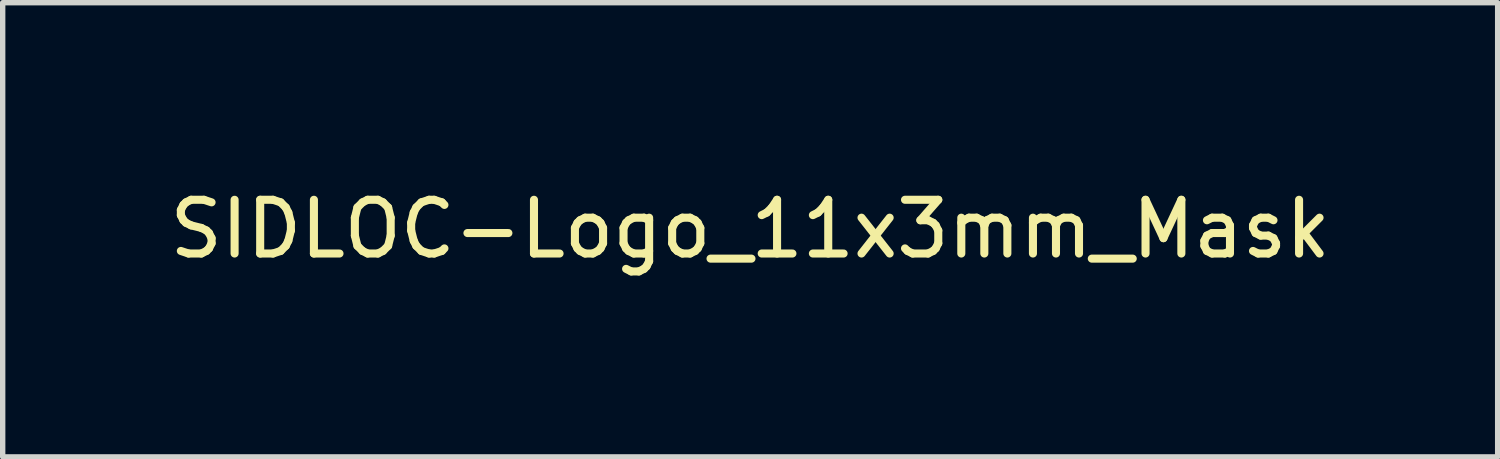
<source format=kicad_pcb>
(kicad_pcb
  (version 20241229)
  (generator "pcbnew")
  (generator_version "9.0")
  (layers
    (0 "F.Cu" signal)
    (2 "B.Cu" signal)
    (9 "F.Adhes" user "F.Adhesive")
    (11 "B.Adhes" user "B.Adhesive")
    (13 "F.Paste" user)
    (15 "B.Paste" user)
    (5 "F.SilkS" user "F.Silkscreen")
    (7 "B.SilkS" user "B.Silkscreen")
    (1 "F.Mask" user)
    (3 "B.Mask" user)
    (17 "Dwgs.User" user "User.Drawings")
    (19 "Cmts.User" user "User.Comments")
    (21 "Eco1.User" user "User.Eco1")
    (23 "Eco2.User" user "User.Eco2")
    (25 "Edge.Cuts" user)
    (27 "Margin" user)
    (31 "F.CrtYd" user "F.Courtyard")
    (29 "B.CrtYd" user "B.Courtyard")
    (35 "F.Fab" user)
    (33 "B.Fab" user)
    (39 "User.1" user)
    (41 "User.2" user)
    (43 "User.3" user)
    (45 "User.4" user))
  (footprint "SIDLOC-Logo_11x3mm_Mask"
    (layer "F.Cu")
    (at 10.911 1.213)
    (property "Reference" "SIDLOC-Logo_11x3mm_Mask" (at 0 0 0) (layer "F.SilkS") (effects (font (size 1 1) (thickness 0.15))))
    (attr board_only exclude_from_pos_files exclude_from_bom)
    (fp_poly (pts (xy 2.316 -0.242) (xy 2.535 -0.242) (xy 2.535 -0.152) (xy 2.316 -0.152) (xy 2.316 0.073) (xy 2.226 0.073) (xy 2.226 -0.152) (xy 2 -0.152) (xy 2 -0.242) (xy 2.226 -0.242) (xy 2.226 -0.468) (xy 2.316 -0.468)) (stroke (width 0) (type solid)) (fill yes) (layer "F.Mask"))
    (fp_poly (pts (xy 0.056 0.366) (xy 1.014 0.366) (xy 1.014 0.755) (xy 0.322 0.755) (xy 0.235 0.755) (xy 0.15 0.755) (xy 0.07 0.755) (xy -0.006 0.755) (xy -0.077 0.754) (xy -0.142 0.754) (xy -0.2 0.754) (xy -0.251 0.753) (xy -0.294 0.753) (xy -0.329 0.753) (xy -0.354 0.752) (xy -0.369 0.752) (xy -0.374 0.751) (xy -0.378 -1.178) (xy 0.056 -1.178)) (stroke (width 0) (type solid)) (fill yes) (layer "F.Mask"))
    (fp_poly (pts (xy -3.005 -0.213) (xy -3.006 0.752) (xy -3.218 0.754) (xy -3.265 0.754) (xy -3.31 0.754) (xy -3.349 0.754) (xy -3.382 0.753) (xy -3.408 0.753) (xy -3.426 0.752) (xy -3.433 0.751) (xy -3.433 0.751) (xy -3.434 0.745) (xy -3.434 0.729) (xy -3.434 0.702) (xy -3.435 0.666) (xy -3.435 0.62) (xy -3.435 0.567) (xy -3.436 0.505) (xy -3.436 0.437) (xy -3.436 0.362) (xy -3.436 0.28) (xy -3.437 0.194) (xy -3.437 0.102) (xy -3.437 0.006) (xy -3.437 -0.093) (xy -3.437 -0.196) (xy -3.437 -0.215) (xy -3.437 -1.178) (xy -3.003 -1.178)) (stroke (width 0) (type solid)) (fill yes) (layer "F.Mask"))
    (fp_poly (pts (xy 2.23 -0.994) (xy 2.228 -0.775) (xy 2.183 -0.768) (xy 2.115 -0.753) (xy 2.049 -0.729) (xy 1.987 -0.7) (xy 1.932 -0.665) (xy 1.929 -0.663) (xy 1.905 -0.643) (xy 1.877 -0.617) (xy 1.848 -0.588) (xy 1.822 -0.559) (xy 1.8 -0.533) (xy 1.792 -0.522) (xy 1.765 -0.477) (xy 1.741 -0.425) (xy 1.721 -0.37) (xy 1.706 -0.316) (xy 1.698 -0.269) (xy 1.694 -0.237) (xy 1.255 -0.237) (xy 1.258 -0.284) (xy 1.272 -0.383) (xy 1.295 -0.481) (xy 1.33 -0.578) (xy 1.353 -0.631) (xy 1.404 -0.726) (xy 1.464 -0.814) (xy 1.532 -0.894) (xy 1.608 -0.967) (xy 1.691 -1.031) (xy 1.781 -1.086) (xy 1.831 -1.112) (xy 1.929 -1.153) (xy 2.026 -1.183) (xy 2.124 -1.203) (xy 2.182 -1.209) (xy 2.231 -1.213)) (stroke (width 0) (type solid)) (fill yes) (layer "F.Mask"))
    (fp_poly (pts (xy 2.359 -1.209) (xy 2.404 -1.204) (xy 2.453 -1.196) (xy 2.505 -1.185) (xy 2.554 -1.173) (xy 2.595 -1.16) (xy 2.675 -1.128) (xy 2.755 -1.088) (xy 2.832 -1.042) (xy 2.904 -0.991) (xy 2.944 -0.959) (xy 3.012 -0.892) (xy 3.075 -0.817) (xy 3.131 -0.735) (xy 3.18 -0.647) (xy 3.221 -0.556) (xy 3.252 -0.463) (xy 3.259 -0.437) (xy 3.264 -0.412) (xy 3.27 -0.382) (xy 3.275 -0.348) (xy 3.28 -0.316) (xy 3.283 -0.287) (xy 3.285 -0.265) (xy 3.285 -0.26) (xy 3.285 -0.237) (xy 2.847 -0.237) (xy 2.844 -0.269) (xy 2.834 -0.322) (xy 2.817 -0.38) (xy 2.795 -0.437) (xy 2.768 -0.49) (xy 2.738 -0.537) (xy 2.736 -0.539) (xy 2.685 -0.598) (xy 2.626 -0.65) (xy 2.562 -0.694) (xy 2.493 -0.729) (xy 2.422 -0.754) (xy 2.37 -0.765) (xy 2.31 -0.775) (xy 2.31 -0.994) (xy 2.31 -1.213)) (stroke (width 0) (type solid)) (fill yes) (layer "F.Mask"))
    (fp_poly (pts (xy 3.283 -0.109) (xy 3.272 -0.024) (xy 3.254 0.059) (xy 3.228 0.142) (xy 3.194 0.225) (xy 3.151 0.31) (xy 3.098 0.396) (xy 3.037 0.485) (xy 2.965 0.578) (xy 2.916 0.637) (xy 2.875 0.683) (xy 2.827 0.735) (xy 2.772 0.791) (xy 2.714 0.849) (xy 2.652 0.909) (xy 2.59 0.968) (xy 2.527 1.025) (xy 2.467 1.079) (xy 2.443 1.099) (xy 2.418 1.12) (xy 2.392 1.142) (xy 2.365 1.164) (xy 2.339 1.185) (xy 2.315 1.205) (xy 2.295 1.221) (xy 2.28 1.233) (xy 2.271 1.239) (xy 2.27 1.239) (xy 2.265 1.236) (xy 2.254 1.227) (xy 2.243 1.218) (xy 2.171 1.159) (xy 2.107 1.106) (xy 2.05 1.056) (xy 1.997 1.01) (xy 1.947 0.965) (xy 1.9 0.92) (xy 1.852 0.874) (xy 1.804 0.826) (xy 1.78 0.802) (xy 1.689 0.706) (xy 1.607 0.614) (xy 1.535 0.526) (xy 1.472 0.441) (xy 1.418 0.358) (xy 1.372 0.277) (xy 1.335 0.198) (xy 1.305 0.119) (xy 1.283 0.04) (xy 1.276 0.009) (xy 1.27 -0.024) (xy 1.265 -0.058) (xy 1.261 -0.09) (xy 1.259 -0.109) (xy 1.255 -0.158) (xy 1.474 -0.156) (xy 1.692 -0.155) (xy 1.7 -0.11) (xy 1.717 -0.035) (xy 1.744 0.038) (xy 1.778 0.105) (xy 1.793 0.13) (xy 1.81 0.151) (xy 1.833 0.177) (xy 1.859 0.205) (xy 1.887 0.232) (xy 1.913 0.256) (xy 1.935 0.273) (xy 2 0.313) (xy 2.071 0.344) (xy 2.145 0.366) (xy 2.185 0.374) (xy 2.228 0.381) (xy 2.23 0.579) (xy 2.231 0.778) (xy 2.31 0.778) (xy 2.31 0.379) (xy 2.347 0.375) (xy 2.4 0.366) (xy 2.457 0.349) (xy 2.515 0.325) (xy 2.569 0.297) (xy 2.606 0.273) (xy 2.628 0.255) (xy 2.655 0.232) (xy 2.682 0.205) (xy 2.709 0.177) (xy 2.732 0.151) (xy 2.748 0.13) (xy 2.785 0.066) (xy 2.815 -0.005) (xy 2.836 -0.08) (xy 2.842 -0.11) (xy 2.849 -0.155) (xy 3.068 -0.156) (xy 3.286 -0.158)) (stroke (width 0) (type solid)) (fill yes) (layer "F.Mask"))
    (fp_poly (pts (xy 4.672 -1.209) (xy 4.718 -1.207) (xy 4.756 -1.204) (xy 4.76 -1.203) (xy 4.867 -1.185) (xy 4.968 -1.157) (xy 5.063 -1.12) (xy 5.152 -1.074) (xy 5.236 -1.018) (xy 5.314 -0.953) (xy 5.333 -0.935) (xy 5.344 -0.923) (xy 5.35 -0.915) (xy 5.35 -0.91) (xy 5.347 -0.904) (xy 5.347 -0.904) (xy 5.335 -0.89) (xy 5.318 -0.87) (xy 5.297 -0.845) (xy 5.273 -0.817) (xy 5.247 -0.787) (xy 5.22 -0.756) (xy 5.192 -0.725) (xy 5.166 -0.695) (xy 5.141 -0.667) (xy 5.119 -0.643) (xy 5.102 -0.623) (xy 5.089 -0.61) (xy 5.083 -0.603) (xy 5.082 -0.603) (xy 5.075 -0.606) (xy 5.063 -0.615) (xy 5.056 -0.622) (xy 5.022 -0.65) (xy 4.983 -0.678) (xy 4.941 -0.707) (xy 4.899 -0.733) (xy 4.86 -0.755) (xy 4.825 -0.771) (xy 4.822 -0.772) (xy 4.747 -0.797) (xy 4.671 -0.812) (xy 4.594 -0.816) (xy 4.518 -0.812) (xy 4.445 -0.797) (xy 4.375 -0.773) (xy 4.31 -0.74) (xy 4.294 -0.73) (xy 4.231 -0.682) (xy 4.177 -0.626) (xy 4.13 -0.562) (xy 4.092 -0.492) (xy 4.063 -0.416) (xy 4.044 -0.334) (xy 4.042 -0.327) (xy 4.036 -0.273) (xy 4.035 -0.215) (xy 4.037 -0.155) (xy 4.043 -0.098) (xy 4.053 -0.05) (xy 4.079 0.03) (xy 4.113 0.103) (xy 4.155 0.169) (xy 4.205 0.228) (xy 4.262 0.279) (xy 4.325 0.321) (xy 4.395 0.354) (xy 4.452 0.373) (xy 4.471 0.378) (xy 4.49 0.381) (xy 4.51 0.384) (xy 4.534 0.385) (xy 4.565 0.386) (xy 4.595 0.386) (xy 4.659 0.384) (xy 4.715 0.379) (xy 4.765 0.369) (xy 4.812 0.354) (xy 4.858 0.334) (xy 4.893 0.315) (xy 4.918 0.3) (xy 4.948 0.28) (xy 4.982 0.256) (xy 5.016 0.23) (xy 5.048 0.205) (xy 5.074 0.183) (xy 5.097 0.164) (xy 5.235 0.302) (xy 5.372 0.44) (xy 5.313 0.497) (xy 5.234 0.567) (xy 5.155 0.626) (xy 5.073 0.674) (xy 4.989 0.714) (xy 4.902 0.744) (xy 4.872 0.752) (xy 4.797 0.768) (xy 4.714 0.778) (xy 4.628 0.784) (xy 4.541 0.785) (xy 4.496 0.783) (xy 4.399 0.771) (xy 4.303 0.75) (xy 4.209 0.719) (xy 4.119 0.679) (xy 4.033 0.631) (xy 3.954 0.575) (xy 3.881 0.513) (xy 3.822 0.449) (xy 3.761 0.368) (xy 3.707 0.28) (xy 3.663 0.188) (xy 3.628 0.093) (xy 3.606 0.007) (xy 3.59 -0.101) (xy 3.584 -0.208) (xy 3.589 -0.314) (xy 3.605 -0.419) (xy 3.631 -0.52) (xy 3.667 -0.618) (xy 3.713 -0.712) (xy 3.755 -0.78) (xy 3.818 -0.865) (xy 3.888 -0.941) (xy 3.965 -1.007) (xy 4.049 -1.065) (xy 4.14 -1.114) (xy 4.237 -1.154) (xy 4.341 -1.185) (xy 4.403 -1.198) (xy 4.435 -1.203) (xy 4.476 -1.206) (xy 4.522 -1.209) (xy 4.572 -1.21) (xy 4.623 -1.21)) (stroke (width 0) (type solid)) (fill yes) (layer "F.Mask"))
    (fp_poly (pts (xy -2.097 -1.177) (xy -2.013 -1.177) (xy -1.939 -1.177) (xy -1.875 -1.177) (xy -1.819 -1.177) (xy -1.772 -1.176) (xy -1.732 -1.176) (xy -1.699 -1.175) (xy -1.671 -1.174) (xy -1.649 -1.173) (xy -1.63 -1.172) (xy -1.615 -1.17) (xy -1.607 -1.169) (xy -1.499 -1.149) (xy -1.396 -1.119) (xy -1.299 -1.081) (xy -1.208 -1.034) (xy -1.125 -0.979) (xy -1.048 -0.917) (xy -0.979 -0.847) (xy -0.919 -0.77) (xy -0.866 -0.687) (xy -0.823 -0.598) (xy -0.788 -0.503) (xy -0.766 -0.413) (xy -0.759 -0.368) (xy -0.754 -0.316) (xy -0.751 -0.259) (xy -0.75 -0.2) (xy -0.751 -0.144) (xy -0.755 -0.094) (xy -0.758 -0.073) (xy -0.77 -0.002) (xy -0.785 0.063) (xy -0.805 0.124) (xy -0.831 0.185) (xy -0.848 0.221) (xy -0.88 0.28) (xy -0.914 0.334) (xy -0.953 0.385) (xy -1 0.436) (xy -1.02 0.457) (xy -1.097 0.527) (xy -1.181 0.588) (xy -1.272 0.639) (xy -1.369 0.682) (xy -1.473 0.715) (xy -1.582 0.739) (xy -1.598 0.742) (xy -1.611 0.743) (xy -1.625 0.745) (xy -1.642 0.746) (xy -1.662 0.748) (xy -1.686 0.749) (xy -1.714 0.75) (xy -1.748 0.75) (xy -1.789 0.751) (xy -1.837 0.752) (xy -1.893 0.752) (xy -1.958 0.753) (xy -2.034 0.753) (xy -2.09 0.753) (xy -2.159 0.754) (xy -2.225 0.754) (xy -2.286 0.754) (xy -2.342 0.754) (xy -2.393 0.754) (xy -2.436 0.754) (xy -2.472 0.753) (xy -2.5 0.753) (xy -2.518 0.752) (xy -2.525 0.752) (xy -2.526 0.752) (xy -2.526 0.746) (xy -2.527 0.729) (xy -2.527 0.702) (xy -2.527 0.666) (xy -2.528 0.621) (xy -2.528 0.567) (xy -2.528 0.506) (xy -2.529 0.437) (xy -2.529 0.362) (xy -2.529 0.28) (xy -2.529 0.194) (xy -2.53 0.102) (xy -2.53 0.006) (xy -2.53 -0.094) (xy -2.53 -0.196) (xy -2.53 -0.796) (xy -2.102 -0.796) (xy -2.102 0.366) (xy -1.927 0.366) (xy -1.88 0.366) (xy -1.835 0.365) (xy -1.792 0.365) (xy -1.755 0.363) (xy -1.724 0.362) (xy -1.702 0.361) (xy -1.698 0.36) (xy -1.615 0.346) (xy -1.539 0.323) (xy -1.47 0.291) (xy -1.408 0.251) (xy -1.353 0.201) (xy -1.305 0.143) (xy -1.264 0.075) (xy -1.256 0.059) (xy -1.234 0.01) (xy -1.219 -0.039) (xy -1.207 -0.091) (xy -1.2 -0.149) (xy -1.197 -0.232) (xy -1.204 -0.313) (xy -1.221 -0.392) (xy -1.248 -0.466) (xy -1.254 -0.478) (xy -1.28 -0.528) (xy -1.308 -0.57) (xy -1.341 -0.61) (xy -1.376 -0.645) (xy -1.434 -0.693) (xy -1.495 -0.73) (xy -1.558 -0.756) (xy -1.583 -0.764) (xy -1.605 -0.771) (xy -1.626 -0.776) (xy -1.648 -0.781) (xy -1.672 -0.784) (xy -1.7 -0.787) (xy -1.732 -0.789) (xy -1.772 -0.79) (xy -1.819 -0.791) (xy -1.875 -0.792) (xy -1.895 -0.793) (xy -2.102 -0.796) (xy -2.53 -0.796) (xy -2.53 -1.178)) (stroke (width 0) (type solid)) (fill yes) (layer "F.Mask"))
    (fp_poly (pts (xy -4.513 -1.204) (xy -4.465 -1.201) (xy -4.418 -1.195) (xy -4.368 -1.187) (xy -4.347 -1.183) (xy -4.265 -1.162) (xy -4.18 -1.133) (xy -4.096 -1.097) (xy -4.017 -1.055) (xy -3.964 -1.022) (xy -3.933 -1.001) (xy -3.91 -0.985) (xy -3.895 -0.973) (xy -3.887 -0.964) (xy -3.884 -0.957) (xy -3.885 -0.954) (xy -3.888 -0.948) (xy -3.897 -0.934) (xy -3.911 -0.913) (xy -3.928 -0.888) (xy -3.948 -0.858) (xy -3.97 -0.827) (xy -3.992 -0.794) (xy -4.015 -0.761) (xy -4.036 -0.731) (xy -4.055 -0.703) (xy -4.071 -0.68) (xy -4.083 -0.663) (xy -4.089 -0.655) (xy -4.102 -0.637) (xy -4.151 -0.669) (xy -4.191 -0.693) (xy -4.236 -0.718) (xy -4.283 -0.743) (xy -4.33 -0.765) (xy -4.373 -0.783) (xy -4.402 -0.794) (xy -4.475 -0.813) (xy -4.548 -0.824) (xy -4.618 -0.827) (xy -4.629 -0.826) (xy -4.685 -0.82) (xy -4.733 -0.808) (xy -4.773 -0.789) (xy -4.805 -0.763) (xy -4.826 -0.739) (xy -4.834 -0.726) (xy -4.839 -0.714) (xy -4.842 -0.7) (xy -4.844 -0.679) (xy -4.845 -0.663) (xy -4.845 -0.638) (xy -4.845 -0.62) (xy -4.842 -0.606) (xy -4.836 -0.592) (xy -4.83 -0.58) (xy -4.811 -0.552) (xy -4.784 -0.529) (xy -4.771 -0.52) (xy -4.757 -0.511) (xy -4.742 -0.504) (xy -4.725 -0.496) (xy -4.705 -0.488) (xy -4.68 -0.479) (xy -4.65 -0.469) (xy -4.614 -0.458) (xy -4.571 -0.445) (xy -4.52 -0.43) (xy -4.46 -0.413) (xy -4.393 -0.394) (xy -4.296 -0.365) (xy -4.209 -0.334) (xy -4.133 -0.301) (xy -4.067 -0.266) (xy -4.009 -0.227) (xy -3.96 -0.186) (xy -3.919 -0.141) (xy -3.885 -0.092) (xy -3.858 -0.039) (xy -3.855 -0.033) (xy -3.841 0.007) (xy -3.83 0.049) (xy -3.824 0.094) (xy -3.821 0.145) (xy -3.822 0.2) (xy -3.823 0.24) (xy -3.825 0.271) (xy -3.829 0.298) (xy -3.833 0.323) (xy -3.839 0.344) (xy -3.864 0.419) (xy -3.898 0.487) (xy -3.942 0.548) (xy -3.994 0.603) (xy -4.055 0.651) (xy -4.125 0.693) (xy -4.203 0.727) (xy -4.289 0.754) (xy -4.323 0.762) (xy -4.343 0.766) (xy -4.363 0.769) (xy -4.386 0.771) (xy -4.414 0.773) (xy -4.448 0.774) (xy -4.491 0.775) (xy -4.51 0.775) (xy -4.549 0.775) (xy -4.585 0.775) (xy -4.616 0.775) (xy -4.641 0.775) (xy -4.657 0.774) (xy -4.662 0.774) (xy -4.778 0.754) (xy -4.886 0.727) (xy -4.986 0.694) (xy -5.08 0.653) (xy -5.169 0.604) (xy -5.254 0.546) (xy -5.295 0.514) (xy -5.32 0.493) (xy -5.336 0.477) (xy -5.343 0.468) (xy -5.343 0.465) (xy -5.338 0.459) (xy -5.327 0.446) (xy -5.311 0.426) (xy -5.29 0.4) (xy -5.266 0.371) (xy -5.238 0.338) (xy -5.218 0.313) (xy -5.185 0.274) (xy -5.156 0.24) (xy -5.131 0.212) (xy -5.112 0.191) (xy -5.098 0.177) (xy -5.091 0.172) (xy -5.09 0.171) (xy -5.082 0.176) (xy -5.068 0.186) (xy -5.05 0.199) (xy -5.042 0.205) (xy -4.957 0.264) (xy -4.873 0.312) (xy -4.79 0.349) (xy -4.707 0.376) (xy -4.624 0.393) (xy -4.539 0.4) (xy -4.521 0.4) (xy -4.454 0.397) (xy -4.396 0.386) (xy -4.347 0.369) (xy -4.306 0.345) (xy -4.294 0.335) (xy -4.272 0.312) (xy -4.257 0.29) (xy -4.249 0.265) (xy -4.246 0.233) (xy -4.246 0.217) (xy -4.246 0.191) (xy -4.248 0.173) (xy -4.251 0.16) (xy -4.257 0.146) (xy -4.261 0.14) (xy -4.276 0.12) (xy -4.296 0.101) (xy -4.322 0.082) (xy -4.354 0.064) (xy -4.395 0.046) (xy -4.443 0.028) (xy -4.501 0.01) (xy -4.568 -0.01) (xy -4.629 -0.026) (xy -4.724 -0.052) (xy -4.81 -0.078) (xy -4.885 -0.105) (xy -4.952 -0.132) (xy -5.01 -0.16) (xy -5.06 -0.19) (xy -5.104 -0.221) (xy -5.142 -0.255) (xy -5.174 -0.292) (xy -5.201 -0.332) (xy -5.217 -0.36) (xy -5.238 -0.408) (xy -5.254 -0.459) (xy -5.265 -0.517) (xy -5.269 -0.546) (xy -5.273 -0.631) (xy -5.266 -0.712) (xy -5.25 -0.789) (xy -5.223 -0.861) (xy -5.187 -0.927) (xy -5.142 -0.988) (xy -5.088 -1.043) (xy -5.025 -1.091) (xy -4.953 -1.132) (xy -4.891 -1.159) (xy -4.846 -1.175) (xy -4.802 -1.186) (xy -4.755 -1.195) (xy -4.703 -1.2) (xy -4.643 -1.204) (xy -4.625 -1.204) (xy -4.565 -1.205)) (stroke (width 0) (type solid)) (fill yes) (layer "F.Mask")))
  (gr_rect
    (start -3 -3)
    (end 24.821 5.452)
    (stroke (width 0.1) (type default))
    (fill no)
    (layer "Edge.Cuts")))
</source>
